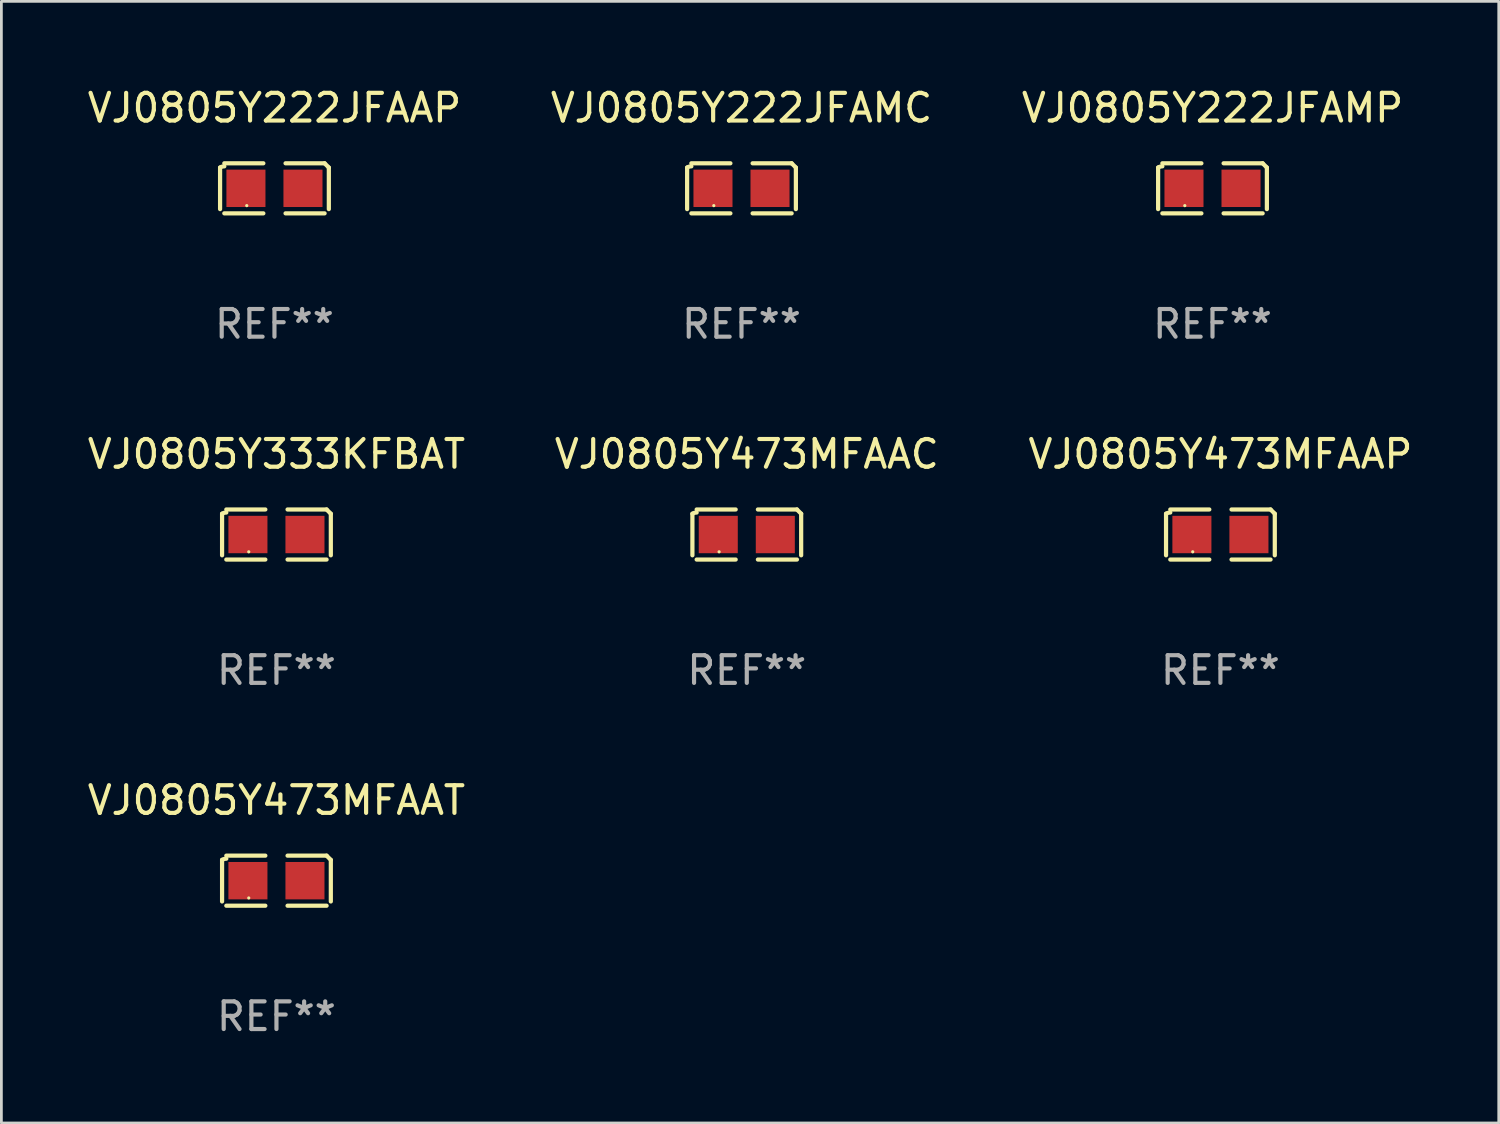
<source format=kicad_pcb>
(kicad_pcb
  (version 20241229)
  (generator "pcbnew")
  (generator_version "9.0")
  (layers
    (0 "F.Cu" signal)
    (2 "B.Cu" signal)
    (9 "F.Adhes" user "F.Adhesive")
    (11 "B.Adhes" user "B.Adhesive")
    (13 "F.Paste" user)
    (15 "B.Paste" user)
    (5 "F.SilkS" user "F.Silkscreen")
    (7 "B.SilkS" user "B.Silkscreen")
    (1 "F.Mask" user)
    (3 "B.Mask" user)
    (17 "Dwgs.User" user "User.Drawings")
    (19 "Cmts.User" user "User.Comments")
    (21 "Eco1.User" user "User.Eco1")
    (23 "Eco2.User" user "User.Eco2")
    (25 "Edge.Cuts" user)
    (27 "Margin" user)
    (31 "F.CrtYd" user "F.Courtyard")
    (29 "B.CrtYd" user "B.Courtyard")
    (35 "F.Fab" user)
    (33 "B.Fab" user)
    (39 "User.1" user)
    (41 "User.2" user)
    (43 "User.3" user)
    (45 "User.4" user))
  (footprint "VJ0805Y473MFAAP"
    (layer "F.Cu")
    (at 41.03 16.256)
    (property "Reference" "VJ0805Y473MFAAP" (at 0 -2.904 0) (layer "F.SilkS") (effects (font (size 1 1) (thickness 0.15))))
    (attr through_hole)
    (fp_line (start -1.964 0.751) (end -1.964 -0.751) (stroke (width 0.152) (type solid)) (layer "F.SilkS"))
    (fp_line (start -1.811 -0.904) (end -0.401 -0.904) (stroke (width 0.152) (type solid)) (layer "F.SilkS"))
    (fp_line (start -0.401 0.904) (end -1.811 0.904) (stroke (width 0.152) (type solid)) (layer "F.SilkS"))
    (fp_line (start 0.401 0.904) (end 1.811 0.904) (stroke (width 0.152) (type solid)) (layer "F.SilkS"))
    (fp_line (start 1.811 -0.904) (end 0.401 -0.904) (stroke (width 0.152) (type solid)) (layer "F.SilkS"))
    (fp_line (start 1.964 0.751) (end 1.964 -0.751) (stroke (width 0.152) (type solid)) (layer "F.SilkS"))
    (fp_arc (start -1.963602 -0.751207) (mid -1.890354 -0.783131) (end -1.811201 -0.794044) (stroke (width 0.1524) (type solid)) (layer "F.SilkS"))
    (fp_arc (start 1.811202 -0.903607) (mid 1.887413 -0.827418) (end 1.963602 -0.751207) (stroke (width 0.1524) (type solid)) (layer "F.SilkS"))
    (fp_circle (center -1 0.625) (end -0.97 0.625) (stroke (width 0.06) (type solid)) (fill no) (layer "F.SilkS"))
    (fp_text user "REF**" (at 0 4.904 0) (layer "F.Fab") (effects (font (size 1 1) (thickness 0.15))))
    (pad "1" smd rect (at -1.03 0) (size 1.41 1.35) (layers "F.Cu" "F.Mask" "F.Paste"))
    (pad "2" smd rect (at 1.03 0) (size 1.41 1.35) (layers "F.Cu" "F.Mask" "F.Paste")))
  (footprint "VJ0805Y222JFAMP"
    (layer "F.Cu")
    (at 40.744 3.752)
    (property "Reference" "VJ0805Y222JFAMP" (at 0 -2.904 0) (layer "F.SilkS") (effects (font (size 1 1) (thickness 0.15))))
    (attr through_hole)
    (fp_line (start -1.964 0.751) (end -1.964 -0.751) (stroke (width 0.152) (type solid)) (layer "F.SilkS"))
    (fp_line (start -1.811 -0.904) (end -0.401 -0.904) (stroke (width 0.152) (type solid)) (layer "F.SilkS"))
    (fp_line (start -0.401 0.904) (end -1.811 0.904) (stroke (width 0.152) (type solid)) (layer "F.SilkS"))
    (fp_line (start 0.401 0.904) (end 1.811 0.904) (stroke (width 0.152) (type solid)) (layer "F.SilkS"))
    (fp_line (start 1.811 -0.904) (end 0.401 -0.904) (stroke (width 0.152) (type solid)) (layer "F.SilkS"))
    (fp_line (start 1.964 0.751) (end 1.964 -0.751) (stroke (width 0.152) (type solid)) (layer "F.SilkS"))
    (fp_arc (start -1.963602 -0.751207) (mid -1.890354 -0.783131) (end -1.811201 -0.794044) (stroke (width 0.1524) (type solid)) (layer "F.SilkS"))
    (fp_arc (start 1.811202 -0.903607) (mid 1.887413 -0.827418) (end 1.963602 -0.751207) (stroke (width 0.1524) (type solid)) (layer "F.SilkS"))
    (fp_circle (center -1 0.625) (end -0.97 0.625) (stroke (width 0.06) (type solid)) (fill no) (layer "F.SilkS"))
    (fp_text user "REF**" (at 0 4.904 0) (layer "F.Fab") (effects (font (size 1 1) (thickness 0.15))))
    (pad "1" smd rect (at -1.03 0) (size 1.41 1.35) (layers "F.Cu" "F.Mask" "F.Paste"))
    (pad "2" smd rect (at 1.03 0) (size 1.41 1.35) (layers "F.Cu" "F.Mask" "F.Paste")))
  (footprint "VJ0805Y473MFAAT"
    (layer "F.Cu")
    (at 6.935 28.759)
    (property "Reference" "VJ0805Y473MFAAT" (at 0 -2.904 0) (layer "F.SilkS") (effects (font (size 1 1) (thickness 0.15))))
    (attr through_hole)
    (fp_line (start -1.964 0.751) (end -1.964 -0.751) (stroke (width 0.152) (type solid)) (layer "F.SilkS"))
    (fp_line (start -1.811 -0.904) (end -0.401 -0.904) (stroke (width 0.152) (type solid)) (layer "F.SilkS"))
    (fp_line (start -0.401 0.904) (end -1.811 0.904) (stroke (width 0.152) (type solid)) (layer "F.SilkS"))
    (fp_line (start 0.401 0.904) (end 1.811 0.904) (stroke (width 0.152) (type solid)) (layer "F.SilkS"))
    (fp_line (start 1.811 -0.904) (end 0.401 -0.904) (stroke (width 0.152) (type solid)) (layer "F.SilkS"))
    (fp_line (start 1.964 0.751) (end 1.964 -0.751) (stroke (width 0.152) (type solid)) (layer "F.SilkS"))
    (fp_arc (start -1.963602 -0.751207) (mid -1.890354 -0.783131) (end -1.811201 -0.794044) (stroke (width 0.1524) (type solid)) (layer "F.SilkS"))
    (fp_arc (start 1.811202 -0.903607) (mid 1.887413 -0.827418) (end 1.963602 -0.751207) (stroke (width 0.1524) (type solid)) (layer "F.SilkS"))
    (fp_circle (center -1 0.625) (end -0.97 0.625) (stroke (width 0.06) (type solid)) (fill no) (layer "F.SilkS"))
    (fp_text user "REF**" (at 0 4.904 0) (layer "F.Fab") (effects (font (size 1 1) (thickness 0.15))))
    (pad "1" smd rect (at -1.03 0) (size 1.41 1.35) (layers "F.Cu" "F.Mask" "F.Paste"))
    (pad "2" smd rect (at 1.03 0) (size 1.41 1.35) (layers "F.Cu" "F.Mask" "F.Paste")))
  (footprint "VJ0805Y222JFAMC"
    (layer "F.Cu")
    (at 23.732 3.752)
    (property "Reference" "VJ0805Y222JFAMC" (at 0 -2.904 0) (layer "F.SilkS") (effects (font (size 1 1) (thickness 0.15))))
    (attr through_hole)
    (fp_line (start -1.964 0.751) (end -1.964 -0.751) (stroke (width 0.152) (type solid)) (layer "F.SilkS"))
    (fp_line (start -1.811 -0.904) (end -0.401 -0.904) (stroke (width 0.152) (type solid)) (layer "F.SilkS"))
    (fp_line (start -0.401 0.904) (end -1.811 0.904) (stroke (width 0.152) (type solid)) (layer "F.SilkS"))
    (fp_line (start 0.401 0.904) (end 1.811 0.904) (stroke (width 0.152) (type solid)) (layer "F.SilkS"))
    (fp_line (start 1.811 -0.904) (end 0.401 -0.904) (stroke (width 0.152) (type solid)) (layer "F.SilkS"))
    (fp_line (start 1.964 0.751) (end 1.964 -0.751) (stroke (width 0.152) (type solid)) (layer "F.SilkS"))
    (fp_arc (start -1.963602 -0.751207) (mid -1.890354 -0.783131) (end -1.811201 -0.794044) (stroke (width 0.1524) (type solid)) (layer "F.SilkS"))
    (fp_arc (start 1.811202 -0.903607) (mid 1.887413 -0.827418) (end 1.963602 -0.751207) (stroke (width 0.1524) (type solid)) (layer "F.SilkS"))
    (fp_circle (center -1 0.625) (end -0.97 0.625) (stroke (width 0.06) (type solid)) (fill no) (layer "F.SilkS"))
    (fp_text user "REF**" (at 0 4.904 0) (layer "F.Fab") (effects (font (size 1 1) (thickness 0.15))))
    (pad "1" smd rect (at -1.03 0) (size 1.41 1.35) (layers "F.Cu" "F.Mask" "F.Paste"))
    (pad "2" smd rect (at 1.03 0) (size 1.41 1.35) (layers "F.Cu" "F.Mask" "F.Paste")))
  (footprint "VJ0805Y473MFAAC"
    (layer "F.Cu")
    (at 23.923 16.256)
    (property "Reference" "VJ0805Y473MFAAC" (at 0 -2.904 0) (layer "F.SilkS") (effects (font (size 1 1) (thickness 0.15))))
    (attr through_hole)
    (fp_line (start -1.964 0.751) (end -1.964 -0.751) (stroke (width 0.152) (type solid)) (layer "F.SilkS"))
    (fp_line (start -1.811 -0.904) (end -0.401 -0.904) (stroke (width 0.152) (type solid)) (layer "F.SilkS"))
    (fp_line (start -0.401 0.904) (end -1.811 0.904) (stroke (width 0.152) (type solid)) (layer "F.SilkS"))
    (fp_line (start 0.401 0.904) (end 1.811 0.904) (stroke (width 0.152) (type solid)) (layer "F.SilkS"))
    (fp_line (start 1.811 -0.904) (end 0.401 -0.904) (stroke (width 0.152) (type solid)) (layer "F.SilkS"))
    (fp_line (start 1.964 0.751) (end 1.964 -0.751) (stroke (width 0.152) (type solid)) (layer "F.SilkS"))
    (fp_arc (start -1.963602 -0.751207) (mid -1.890354 -0.783131) (end -1.811201 -0.794044) (stroke (width 0.1524) (type solid)) (layer "F.SilkS"))
    (fp_arc (start 1.811202 -0.903607) (mid 1.887413 -0.827418) (end 1.963602 -0.751207) (stroke (width 0.1524) (type solid)) (layer "F.SilkS"))
    (fp_circle (center -1 0.625) (end -0.97 0.625) (stroke (width 0.06) (type solid)) (fill no) (layer "F.SilkS"))
    (fp_text user "REF**" (at 0 4.904 0) (layer "F.Fab") (effects (font (size 1 1) (thickness 0.15))))
    (pad "1" smd rect (at -1.03 0) (size 1.41 1.35) (layers "F.Cu" "F.Mask" "F.Paste"))
    (pad "2" smd rect (at 1.03 0) (size 1.41 1.35) (layers "F.Cu" "F.Mask" "F.Paste")))
  (footprint "VJ0805Y333KFBAT"
    (layer "F.Cu")
    (at 6.935 16.256)
    (property "Reference" "VJ0805Y333KFBAT" (at 0 -2.904 0) (layer "F.SilkS") (effects (font (size 1 1) (thickness 0.15))))
    (attr through_hole)
    (fp_line (start -1.964 0.751) (end -1.964 -0.751) (stroke (width 0.152) (type solid)) (layer "F.SilkS"))
    (fp_line (start -1.811 -0.904) (end -0.401 -0.904) (stroke (width 0.152) (type solid)) (layer "F.SilkS"))
    (fp_line (start -0.401 0.904) (end -1.811 0.904) (stroke (width 0.152) (type solid)) (layer "F.SilkS"))
    (fp_line (start 0.401 0.904) (end 1.811 0.904) (stroke (width 0.152) (type solid)) (layer "F.SilkS"))
    (fp_line (start 1.811 -0.904) (end 0.401 -0.904) (stroke (width 0.152) (type solid)) (layer "F.SilkS"))
    (fp_line (start 1.964 0.751) (end 1.964 -0.751) (stroke (width 0.152) (type solid)) (layer "F.SilkS"))
    (fp_arc (start -1.963602 -0.751207) (mid -1.890354 -0.783131) (end -1.811201 -0.794044) (stroke (width 0.1524) (type solid)) (layer "F.SilkS"))
    (fp_arc (start 1.811202 -0.903607) (mid 1.887413 -0.827418) (end 1.963602 -0.751207) (stroke (width 0.1524) (type solid)) (layer "F.SilkS"))
    (fp_circle (center -1 0.625) (end -0.97 0.625) (stroke (width 0.06) (type solid)) (fill no) (layer "F.SilkS"))
    (fp_text user "REF**" (at 0 4.904 0) (layer "F.Fab") (effects (font (size 1 1) (thickness 0.15))))
    (pad "1" smd rect (at -1.03 0) (size 1.41 1.35) (layers "F.Cu" "F.Mask" "F.Paste"))
    (pad "2" smd rect (at 1.03 0) (size 1.41 1.35) (layers "F.Cu" "F.Mask" "F.Paste")))
  (footprint "VJ0805Y222JFAAP"
    (layer "F.Cu")
    (at 6.863 3.752)
    (property "Reference" "VJ0805Y222JFAAP" (at 0 -2.904 0) (layer "F.SilkS") (effects (font (size 1 1) (thickness 0.15))))
    (attr through_hole)
    (fp_line (start -1.964 0.751) (end -1.964 -0.751) (stroke (width 0.152) (type solid)) (layer "F.SilkS"))
    (fp_line (start -1.811 -0.904) (end -0.401 -0.904) (stroke (width 0.152) (type solid)) (layer "F.SilkS"))
    (fp_line (start -0.401 0.904) (end -1.811 0.904) (stroke (width 0.152) (type solid)) (layer "F.SilkS"))
    (fp_line (start 0.401 0.904) (end 1.811 0.904) (stroke (width 0.152) (type solid)) (layer "F.SilkS"))
    (fp_line (start 1.811 -0.904) (end 0.401 -0.904) (stroke (width 0.152) (type solid)) (layer "F.SilkS"))
    (fp_line (start 1.964 0.751) (end 1.964 -0.751) (stroke (width 0.152) (type solid)) (layer "F.SilkS"))
    (fp_arc (start -1.963602 -0.751207) (mid -1.890354 -0.783131) (end -1.811201 -0.794044) (stroke (width 0.1524) (type solid)) (layer "F.SilkS"))
    (fp_arc (start 1.811202 -0.903607) (mid 1.887413 -0.827418) (end 1.963602 -0.751207) (stroke (width 0.1524) (type solid)) (layer "F.SilkS"))
    (fp_circle (center -1 0.625) (end -0.97 0.625) (stroke (width 0.06) (type solid)) (fill no) (layer "F.SilkS"))
    (fp_text user "REF**" (at 0 4.904 0) (layer "F.Fab") (effects (font (size 1 1) (thickness 0.15))))
    (pad "1" smd rect (at -1.03 0) (size 1.41 1.35) (layers "F.Cu" "F.Mask" "F.Paste"))
    (pad "2" smd rect (at 1.03 0) (size 1.41 1.35) (layers "F.Cu" "F.Mask" "F.Paste")))
  (gr_rect
    (start -3 -3)
    (end 51.083 37.511)
    (stroke (width 0.1) (type default))
    (fill no)
    (layer "Edge.Cuts")))
</source>
